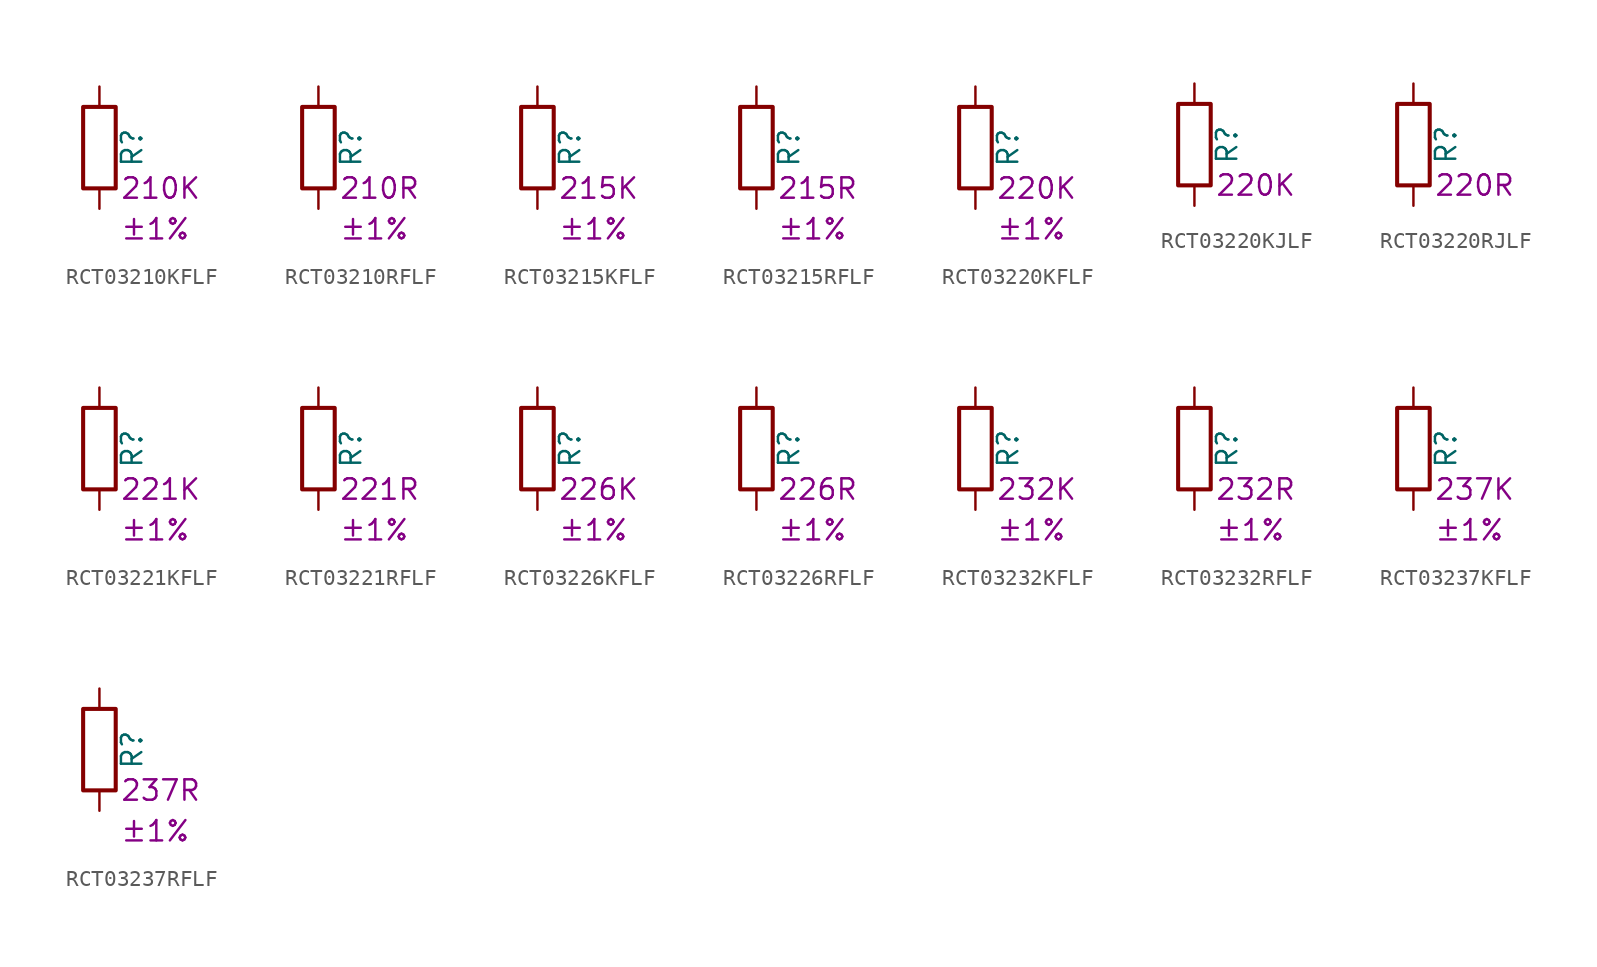
<source format=kicad_sym>
(kicad_symbol_lib
  (version 20220914)
  (generator kicad_symbol_editor)
  (symbol "RCT03210KFLF"
    (pin_numbers hide)
    (pin_names
      (offset 0))
    (property "Reference" "R"
      (at 2.032 0 90)
      (effects (font (size 1.27 1.27))))
    (property "Resistance" "210K"
      (at 1.27 -2.54 0)
      (effects (font (size 1.27 1.27)) (justify left)))
    (property "Tolerance" "±1%"
      (at 1.27 -5.08 0)
      (effects (font (size 1.27 1.27)) (justify left)))
    (symbol "RCT03210KFLF_0_1"
      (rectangle (start -1.016 -2.54) (end 1.016 2.54) (stroke (width 0.254) (type default)) (fill (type none))))
    (symbol "RCT03210KFLF_1_1"
      (pin passive line (at 0 3.81 270) (length 1.27) (name "~" (effects (font (size 1.27 1.27)))) (number "1" (effects (font (size 1.27 1.27)))))
      (pin passive line (at 0 -3.81 90) (length 1.27) (name "~" (effects (font (size 1.27 1.27)))) (number "2" (effects (font (size 1.27 1.27)))))))
  (symbol "RCT03210RFLF"
    (pin_numbers hide)
    (pin_names
      (offset 0))
    (property "Reference" "R"
      (at 2.032 0 90)
      (effects (font (size 1.27 1.27))))
    (property "Resistance" "210R"
      (at 1.27 -2.54 0)
      (effects (font (size 1.27 1.27)) (justify left)))
    (property "Tolerance" "±1%"
      (at 1.27 -5.08 0)
      (effects (font (size 1.27 1.27)) (justify left)))
    (symbol "RCT03210RFLF_0_1"
      (rectangle (start -1.016 -2.54) (end 1.016 2.54) (stroke (width 0.254) (type default)) (fill (type none))))
    (symbol "RCT03210RFLF_1_1"
      (pin passive line (at 0 3.81 270) (length 1.27) (name "~" (effects (font (size 1.27 1.27)))) (number "1" (effects (font (size 1.27 1.27)))))
      (pin passive line (at 0 -3.81 90) (length 1.27) (name "~" (effects (font (size 1.27 1.27)))) (number "2" (effects (font (size 1.27 1.27)))))))
  (symbol "RCT03215KFLF"
    (pin_numbers hide)
    (pin_names
      (offset 0))
    (property "Reference" "R"
      (at 2.032 0 90)
      (effects (font (size 1.27 1.27))))
    (property "Resistance" "215K"
      (at 1.27 -2.54 0)
      (effects (font (size 1.27 1.27)) (justify left)))
    (property "Tolerance" "±1%"
      (at 1.27 -5.08 0)
      (effects (font (size 1.27 1.27)) (justify left)))
    (symbol "RCT03215KFLF_0_1"
      (rectangle (start -1.016 -2.54) (end 1.016 2.54) (stroke (width 0.254) (type default)) (fill (type none))))
    (symbol "RCT03215KFLF_1_1"
      (pin passive line (at 0 3.81 270) (length 1.27) (name "~" (effects (font (size 1.27 1.27)))) (number "1" (effects (font (size 1.27 1.27)))))
      (pin passive line (at 0 -3.81 90) (length 1.27) (name "~" (effects (font (size 1.27 1.27)))) (number "2" (effects (font (size 1.27 1.27)))))))
  (symbol "RCT03215RFLF"
    (pin_numbers hide)
    (pin_names
      (offset 0))
    (property "Reference" "R"
      (at 2.032 0 90)
      (effects (font (size 1.27 1.27))))
    (property "Resistance" "215R"
      (at 1.27 -2.54 0)
      (effects (font (size 1.27 1.27)) (justify left)))
    (property "Tolerance" "±1%"
      (at 1.27 -5.08 0)
      (effects (font (size 1.27 1.27)) (justify left)))
    (symbol "RCT03215RFLF_0_1"
      (rectangle (start -1.016 -2.54) (end 1.016 2.54) (stroke (width 0.254) (type default)) (fill (type none))))
    (symbol "RCT03215RFLF_1_1"
      (pin passive line (at 0 3.81 270) (length 1.27) (name "~" (effects (font (size 1.27 1.27)))) (number "1" (effects (font (size 1.27 1.27)))))
      (pin passive line (at 0 -3.81 90) (length 1.27) (name "~" (effects (font (size 1.27 1.27)))) (number "2" (effects (font (size 1.27 1.27)))))))
  (symbol "RCT03220KFLF"
    (pin_numbers hide)
    (pin_names
      (offset 0))
    (property "Reference" "R"
      (at 2.032 0 90)
      (effects (font (size 1.27 1.27))))
    (property "Resistance" "220K"
      (at 1.27 -2.54 0)
      (effects (font (size 1.27 1.27)) (justify left)))
    (property "Tolerance" "±1%"
      (at 1.27 -5.08 0)
      (effects (font (size 1.27 1.27)) (justify left)))
    (symbol "RCT03220KFLF_0_1"
      (rectangle (start -1.016 -2.54) (end 1.016 2.54) (stroke (width 0.254) (type default)) (fill (type none))))
    (symbol "RCT03220KFLF_1_1"
      (pin passive line (at 0 3.81 270) (length 1.27) (name "~" (effects (font (size 1.27 1.27)))) (number "1" (effects (font (size 1.27 1.27)))))
      (pin passive line (at 0 -3.81 90) (length 1.27) (name "~" (effects (font (size 1.27 1.27)))) (number "2" (effects (font (size 1.27 1.27)))))))
  (symbol "RCT03220KJLF"
    (pin_numbers hide)
    (pin_names
      (offset 0))
    (property "Reference" "R"
      (at 2.032 0 90)
      (effects (font (size 1.27 1.27))))
    (property "Resistance" "220K"
      (at 1.27 -2.54 0)
      (effects (font (size 1.27 1.27)) (justify left)))
    (symbol "RCT03220KJLF_0_1"
      (rectangle (start -1.016 -2.54) (end 1.016 2.54) (stroke (width 0.254) (type default)) (fill (type none))))
    (symbol "RCT03220KJLF_1_1"
      (pin passive line (at 0 3.81 270) (length 1.27) (name "~" (effects (font (size 1.27 1.27)))) (number "1" (effects (font (size 1.27 1.27)))))
      (pin passive line (at 0 -3.81 90) (length 1.27) (name "~" (effects (font (size 1.27 1.27)))) (number "2" (effects (font (size 1.27 1.27)))))))
  (symbol "RCT03220RJLF"
    (pin_numbers hide)
    (pin_names
      (offset 0))
    (property "Reference" "R"
      (at 2.032 0 90)
      (effects (font (size 1.27 1.27))))
    (property "Resistance" "220R"
      (at 1.27 -2.54 0)
      (effects (font (size 1.27 1.27)) (justify left)))
    (symbol "RCT03220RJLF_0_1"
      (rectangle (start -1.016 -2.54) (end 1.016 2.54) (stroke (width 0.254) (type default)) (fill (type none))))
    (symbol "RCT03220RJLF_1_1"
      (pin passive line (at 0 3.81 270) (length 1.27) (name "~" (effects (font (size 1.27 1.27)))) (number "1" (effects (font (size 1.27 1.27)))))
      (pin passive line (at 0 -3.81 90) (length 1.27) (name "~" (effects (font (size 1.27 1.27)))) (number "2" (effects (font (size 1.27 1.27)))))))
  (symbol "RCT03221KFLF"
    (pin_numbers hide)
    (pin_names
      (offset 0))
    (property "Reference" "R"
      (at 2.032 0 90)
      (effects (font (size 1.27 1.27))))
    (property "Resistance" "221K"
      (at 1.27 -2.54 0)
      (effects (font (size 1.27 1.27)) (justify left)))
    (property "Tolerance" "±1%"
      (at 1.27 -5.08 0)
      (effects (font (size 1.27 1.27)) (justify left)))
    (symbol "RCT03221KFLF_0_1"
      (rectangle (start -1.016 -2.54) (end 1.016 2.54) (stroke (width 0.254) (type default)) (fill (type none))))
    (symbol "RCT03221KFLF_1_1"
      (pin passive line (at 0 3.81 270) (length 1.27) (name "~" (effects (font (size 1.27 1.27)))) (number "1" (effects (font (size 1.27 1.27)))))
      (pin passive line (at 0 -3.81 90) (length 1.27) (name "~" (effects (font (size 1.27 1.27)))) (number "2" (effects (font (size 1.27 1.27)))))))
  (symbol "RCT03221RFLF"
    (pin_numbers hide)
    (pin_names
      (offset 0))
    (property "Reference" "R"
      (at 2.032 0 90)
      (effects (font (size 1.27 1.27))))
    (property "Resistance" "221R"
      (at 1.27 -2.54 0)
      (effects (font (size 1.27 1.27)) (justify left)))
    (property "Tolerance" "±1%"
      (at 1.27 -5.08 0)
      (effects (font (size 1.27 1.27)) (justify left)))
    (symbol "RCT03221RFLF_0_1"
      (rectangle (start -1.016 -2.54) (end 1.016 2.54) (stroke (width 0.254) (type default)) (fill (type none))))
    (symbol "RCT03221RFLF_1_1"
      (pin passive line (at 0 3.81 270) (length 1.27) (name "~" (effects (font (size 1.27 1.27)))) (number "1" (effects (font (size 1.27 1.27)))))
      (pin passive line (at 0 -3.81 90) (length 1.27) (name "~" (effects (font (size 1.27 1.27)))) (number "2" (effects (font (size 1.27 1.27)))))))
  (symbol "RCT03226KFLF"
    (pin_numbers hide)
    (pin_names
      (offset 0))
    (property "Reference" "R"
      (at 2.032 0 90)
      (effects (font (size 1.27 1.27))))
    (property "Resistance" "226K"
      (at 1.27 -2.54 0)
      (effects (font (size 1.27 1.27)) (justify left)))
    (property "Tolerance" "±1%"
      (at 1.27 -5.08 0)
      (effects (font (size 1.27 1.27)) (justify left)))
    (symbol "RCT03226KFLF_0_1"
      (rectangle (start -1.016 -2.54) (end 1.016 2.54) (stroke (width 0.254) (type default)) (fill (type none))))
    (symbol "RCT03226KFLF_1_1"
      (pin passive line (at 0 3.81 270) (length 1.27) (name "~" (effects (font (size 1.27 1.27)))) (number "1" (effects (font (size 1.27 1.27)))))
      (pin passive line (at 0 -3.81 90) (length 1.27) (name "~" (effects (font (size 1.27 1.27)))) (number "2" (effects (font (size 1.27 1.27)))))))
  (symbol "RCT03226RFLF"
    (pin_numbers hide)
    (pin_names
      (offset 0))
    (property "Reference" "R"
      (at 2.032 0 90)
      (effects (font (size 1.27 1.27))))
    (property "Resistance" "226R"
      (at 1.27 -2.54 0)
      (effects (font (size 1.27 1.27)) (justify left)))
    (property "Tolerance" "±1%"
      (at 1.27 -5.08 0)
      (effects (font (size 1.27 1.27)) (justify left)))
    (symbol "RCT03226RFLF_0_1"
      (rectangle (start -1.016 -2.54) (end 1.016 2.54) (stroke (width 0.254) (type default)) (fill (type none))))
    (symbol "RCT03226RFLF_1_1"
      (pin passive line (at 0 3.81 270) (length 1.27) (name "~" (effects (font (size 1.27 1.27)))) (number "1" (effects (font (size 1.27 1.27)))))
      (pin passive line (at 0 -3.81 90) (length 1.27) (name "~" (effects (font (size 1.27 1.27)))) (number "2" (effects (font (size 1.27 1.27)))))))
  (symbol "RCT03232KFLF"
    (pin_numbers hide)
    (pin_names
      (offset 0))
    (property "Reference" "R"
      (at 2.032 0 90)
      (effects (font (size 1.27 1.27))))
    (property "Resistance" "232K"
      (at 1.27 -2.54 0)
      (effects (font (size 1.27 1.27)) (justify left)))
    (property "Tolerance" "±1%"
      (at 1.27 -5.08 0)
      (effects (font (size 1.27 1.27)) (justify left)))
    (symbol "RCT03232KFLF_0_1"
      (rectangle (start -1.016 -2.54) (end 1.016 2.54) (stroke (width 0.254) (type default)) (fill (type none))))
    (symbol "RCT03232KFLF_1_1"
      (pin passive line (at 0 3.81 270) (length 1.27) (name "~" (effects (font (size 1.27 1.27)))) (number "1" (effects (font (size 1.27 1.27)))))
      (pin passive line (at 0 -3.81 90) (length 1.27) (name "~" (effects (font (size 1.27 1.27)))) (number "2" (effects (font (size 1.27 1.27)))))))
  (symbol "RCT03232RFLF"
    (pin_numbers hide)
    (pin_names
      (offset 0))
    (property "Reference" "R"
      (at 2.032 0 90)
      (effects (font (size 1.27 1.27))))
    (property "Resistance" "232R"
      (at 1.27 -2.54 0)
      (effects (font (size 1.27 1.27)) (justify left)))
    (property "Tolerance" "±1%"
      (at 1.27 -5.08 0)
      (effects (font (size 1.27 1.27)) (justify left)))
    (symbol "RCT03232RFLF_0_1"
      (rectangle (start -1.016 -2.54) (end 1.016 2.54) (stroke (width 0.254) (type default)) (fill (type none))))
    (symbol "RCT03232RFLF_1_1"
      (pin passive line (at 0 3.81 270) (length 1.27) (name "~" (effects (font (size 1.27 1.27)))) (number "1" (effects (font (size 1.27 1.27)))))
      (pin passive line (at 0 -3.81 90) (length 1.27) (name "~" (effects (font (size 1.27 1.27)))) (number "2" (effects (font (size 1.27 1.27)))))))
  (symbol "RCT03237KFLF"
    (pin_numbers hide)
    (pin_names
      (offset 0))
    (property "Reference" "R"
      (at 2.032 0 90)
      (effects (font (size 1.27 1.27))))
    (property "Resistance" "237K"
      (at 1.27 -2.54 0)
      (effects (font (size 1.27 1.27)) (justify left)))
    (property "Tolerance" "±1%"
      (at 1.27 -5.08 0)
      (effects (font (size 1.27 1.27)) (justify left)))
    (symbol "RCT03237KFLF_0_1"
      (rectangle (start -1.016 -2.54) (end 1.016 2.54) (stroke (width 0.254) (type default)) (fill (type none))))
    (symbol "RCT03237KFLF_1_1"
      (pin passive line (at 0 3.81 270) (length 1.27) (name "~" (effects (font (size 1.27 1.27)))) (number "1" (effects (font (size 1.27 1.27)))))
      (pin passive line (at 0 -3.81 90) (length 1.27) (name "~" (effects (font (size 1.27 1.27)))) (number "2" (effects (font (size 1.27 1.27)))))))
  (symbol "RCT03237RFLF"
    (pin_numbers hide)
    (pin_names
      (offset 0))
    (property "Reference" "R"
      (at 2.032 0 90)
      (effects (font (size 1.27 1.27))))
    (property "Resistance" "237R"
      (at 1.27 -2.54 0)
      (effects (font (size 1.27 1.27)) (justify left)))
    (property "Tolerance" "±1%"
      (at 1.27 -5.08 0)
      (effects (font (size 1.27 1.27)) (justify left)))
    (symbol "RCT03237RFLF_0_1"
      (rectangle (start -1.016 -2.54) (end 1.016 2.54) (stroke (width 0.254) (type default)) (fill (type none))))
    (symbol "RCT03237RFLF_1_1"
      (pin passive line (at 0 3.81 270) (length 1.27) (name "~" (effects (font (size 1.27 1.27)))) (number "1" (effects (font (size 1.27 1.27)))))
      (pin passive line (at 0 -3.81 90) (length 1.27) (name "~" (effects (font (size 1.27 1.27)))) (number "2" (effects (font (size 1.27 1.27))))))))
</source>
